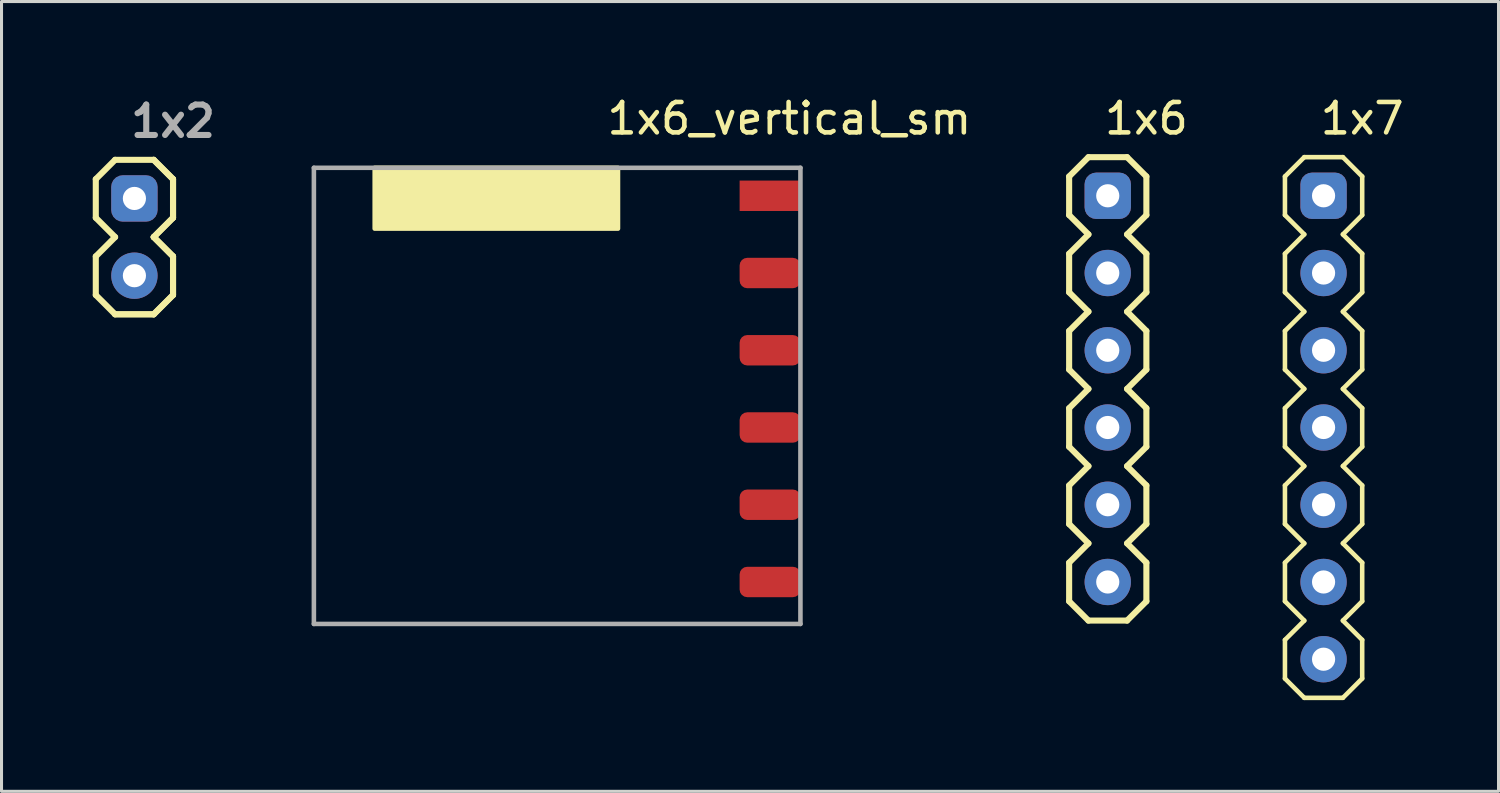
<source format=kicad_pcb>
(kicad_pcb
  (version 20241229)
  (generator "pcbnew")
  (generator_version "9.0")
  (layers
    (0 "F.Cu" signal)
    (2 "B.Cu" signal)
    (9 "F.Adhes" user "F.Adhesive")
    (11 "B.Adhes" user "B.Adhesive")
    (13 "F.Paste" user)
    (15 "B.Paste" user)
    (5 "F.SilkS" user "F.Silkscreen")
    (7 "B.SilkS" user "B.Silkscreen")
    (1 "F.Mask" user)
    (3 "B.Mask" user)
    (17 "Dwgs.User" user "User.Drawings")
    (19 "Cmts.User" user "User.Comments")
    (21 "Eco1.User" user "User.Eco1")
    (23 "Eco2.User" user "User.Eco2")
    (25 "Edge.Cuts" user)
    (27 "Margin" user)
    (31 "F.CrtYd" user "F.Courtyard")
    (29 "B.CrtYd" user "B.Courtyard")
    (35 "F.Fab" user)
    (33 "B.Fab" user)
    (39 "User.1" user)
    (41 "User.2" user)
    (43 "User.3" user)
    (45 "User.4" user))
  (footprint "1x7"
    (layer "F.Cu")
    (at 40.475 11.008)
    (property "Reference" "1x7" (at 1.27 -10.16 0) (layer "F.SilkS") (effects (font (size 1 1) (thickness 0.15))))
    (attr through_hole)
    (fp_line (start -1.27 -8.255) (end -0.635 -8.89) (stroke (width 0.15) (type solid)) (layer "F.SilkS"))
    (fp_line (start -1.27 -6.985) (end -1.27 -8.255) (stroke (width 0.15) (type solid)) (layer "F.SilkS"))
    (fp_line (start -1.27 -5.715) (end -0.635 -6.35) (stroke (width 0.15) (type solid)) (layer "F.SilkS"))
    (fp_line (start -1.27 -4.445) (end -1.27 -5.715) (stroke (width 0.15) (type solid)) (layer "F.SilkS"))
    (fp_line (start -1.27 -3.175) (end -0.635 -3.81) (stroke (width 0.15) (type solid)) (layer "F.SilkS"))
    (fp_line (start -1.27 -1.905) (end -1.27 -3.175) (stroke (width 0.15) (type solid)) (layer "F.SilkS"))
    (fp_line (start -1.27 -0.635) (end -0.635 -1.27) (stroke (width 0.15) (type solid)) (layer "F.SilkS"))
    (fp_line (start -1.27 0.635) (end -1.27 -0.635) (stroke (width 0.15) (type solid)) (layer "F.SilkS"))
    (fp_line (start -1.27 1.905) (end -0.635 1.27) (stroke (width 0.15) (type solid)) (layer "F.SilkS"))
    (fp_line (start -1.27 3.175) (end -1.27 1.905) (stroke (width 0.15) (type solid)) (layer "F.SilkS"))
    (fp_line (start -1.27 4.445) (end -0.635 3.81) (stroke (width 0.15) (type solid)) (layer "F.SilkS"))
    (fp_line (start -1.27 5.715) (end -1.27 4.445) (stroke (width 0.15) (type solid)) (layer "F.SilkS"))
    (fp_line (start -1.27 6.985) (end -0.635 6.35) (stroke (width 0.15) (type solid)) (layer "F.SilkS"))
    (fp_line (start -1.27 8.255) (end -1.27 6.985) (stroke (width 0.15) (type solid)) (layer "F.SilkS"))
    (fp_line (start -0.635 -8.89) (end 0.635 -8.89) (stroke (width 0.15) (type solid)) (layer "F.SilkS"))
    (fp_line (start -0.635 -6.35) (end -1.27 -6.985) (stroke (width 0.15) (type solid)) (layer "F.SilkS"))
    (fp_line (start -0.635 -3.81) (end -1.27 -4.445) (stroke (width 0.15) (type solid)) (layer "F.SilkS"))
    (fp_line (start -0.635 -1.27) (end -1.27 -1.905) (stroke (width 0.15) (type solid)) (layer "F.SilkS"))
    (fp_line (start -0.635 1.27) (end -1.27 0.635) (stroke (width 0.15) (type solid)) (layer "F.SilkS"))
    (fp_line (start -0.635 3.81) (end -1.27 3.175) (stroke (width 0.15) (type solid)) (layer "F.SilkS"))
    (fp_line (start -0.635 6.35) (end -1.27 5.715) (stroke (width 0.15) (type solid)) (layer "F.SilkS"))
    (fp_line (start -0.635 8.89) (end -1.27 8.255) (stroke (width 0.15) (type solid)) (layer "F.SilkS"))
    (fp_line (start 0.635 -8.89) (end 1.27 -8.255) (stroke (width 0.15) (type solid)) (layer "F.SilkS"))
    (fp_line (start 0.635 -6.35) (end 1.27 -5.715) (stroke (width 0.15) (type solid)) (layer "F.SilkS"))
    (fp_line (start 0.635 -3.81) (end 1.27 -3.175) (stroke (width 0.15) (type solid)) (layer "F.SilkS"))
    (fp_line (start 0.635 -1.27) (end 1.27 -0.635) (stroke (width 0.15) (type solid)) (layer "F.SilkS"))
    (fp_line (start 0.635 1.27) (end 1.27 1.905) (stroke (width 0.15) (type solid)) (layer "F.SilkS"))
    (fp_line (start 0.635 3.81) (end 1.27 4.445) (stroke (width 0.15) (type solid)) (layer "F.SilkS"))
    (fp_line (start 0.635 6.35) (end 1.27 6.985) (stroke (width 0.15) (type solid)) (layer "F.SilkS"))
    (fp_line (start 0.635 8.89) (end -0.635 8.89) (stroke (width 0.15) (type solid)) (layer "F.SilkS"))
    (fp_line (start 1.27 -8.255) (end 1.27 -6.985) (stroke (width 0.15) (type solid)) (layer "F.SilkS"))
    (fp_line (start 1.27 -6.985) (end 0.635 -6.35) (stroke (width 0.15) (type solid)) (layer "F.SilkS"))
    (fp_line (start 1.27 -5.715) (end 1.27 -4.445) (stroke (width 0.15) (type solid)) (layer "F.SilkS"))
    (fp_line (start 1.27 -4.445) (end 0.635 -3.81) (stroke (width 0.15) (type solid)) (layer "F.SilkS"))
    (fp_line (start 1.27 -3.175) (end 1.27 -1.905) (stroke (width 0.15) (type solid)) (layer "F.SilkS"))
    (fp_line (start 1.27 -1.905) (end 0.635 -1.27) (stroke (width 0.15) (type solid)) (layer "F.SilkS"))
    (fp_line (start 1.27 -0.635) (end 1.27 0.635) (stroke (width 0.15) (type solid)) (layer "F.SilkS"))
    (fp_line (start 1.27 0.635) (end 0.635 1.27) (stroke (width 0.15) (type solid)) (layer "F.SilkS"))
    (fp_line (start 1.27 1.905) (end 1.27 3.175) (stroke (width 0.15) (type solid)) (layer "F.SilkS"))
    (fp_line (start 1.27 3.175) (end 0.635 3.81) (stroke (width 0.15) (type solid)) (layer "F.SilkS"))
    (fp_line (start 1.27 4.445) (end 1.27 5.715) (stroke (width 0.15) (type solid)) (layer "F.SilkS"))
    (fp_line (start 1.27 5.715) (end 0.635 6.35) (stroke (width 0.15) (type solid)) (layer "F.SilkS"))
    (fp_line (start 1.27 6.985) (end 1.27 8.255) (stroke (width 0.15) (type solid)) (layer "F.SilkS"))
    (fp_line (start 1.27 8.255) (end 0.635 8.89) (stroke (width 0.15) (type solid)) (layer "F.SilkS"))
    (pad "1" thru_hole roundrect (at 0 -7.62) (size 1.524 1.524) (drill 0.762) (layers "*.Cu" "*.Mask") (roundrect_rratio 0.25))
    (pad "2" thru_hole circle (at 0 -5.08) (size 1.524 1.524) (drill 0.762) (layers "*.Cu" "*.Mask"))
    (pad "3" thru_hole circle (at 0 -2.54) (size 1.524 1.524) (drill 0.762) (layers "*.Cu" "*.Mask"))
    (pad "4" thru_hole circle (at 0 0) (size 1.524 1.524) (drill 0.762) (layers "*.Cu" "*.Mask"))
    (pad "5" thru_hole circle (at 0 2.54) (size 1.524 1.524) (drill 0.762) (layers "*.Cu" "*.Mask"))
    (pad "6" thru_hole circle (at 0 5.08) (size 1.524 1.524) (drill 0.762) (layers "*.Cu" "*.Mask"))
    (pad "7" thru_hole circle (at 0 7.62) (size 1.524 1.524) (drill 0.762) (layers "*.Cu" "*.Mask")))
  (footprint "1x6"
    (layer "F.Cu")
    (at 33.378 3.388)
    (property "Reference" "1x6" (at 1.27 -2.54 0) (layer "F.SilkS") (effects (font (size 1 1) (thickness 0.15))))
    (attr through_hole)
    (fp_line (start -1.27 -0.635) (end -1.27 0.635) (stroke (width 0.2) (type solid)) (layer "F.SilkS"))
    (fp_line (start -1.27 0.635) (end -0.635 1.27) (stroke (width 0.2) (type solid)) (layer "F.SilkS"))
    (fp_line (start -1.27 1.905) (end -1.27 3.175) (stroke (width 0.2) (type solid)) (layer "F.SilkS"))
    (fp_line (start -1.27 3.175) (end -0.635 3.81) (stroke (width 0.2) (type solid)) (layer "F.SilkS"))
    (fp_line (start -1.27 4.445) (end -1.27 5.715) (stroke (width 0.2) (type solid)) (layer "F.SilkS"))
    (fp_line (start -1.27 5.715) (end -0.635 6.35) (stroke (width 0.2) (type solid)) (layer "F.SilkS"))
    (fp_line (start -1.27 6.985) (end -1.27 8.255) (stroke (width 0.2) (type solid)) (layer "F.SilkS"))
    (fp_line (start -1.27 8.255) (end -0.635 8.89) (stroke (width 0.2) (type solid)) (layer "F.SilkS"))
    (fp_line (start -1.27 9.525) (end -1.27 10.795) (stroke (width 0.2) (type solid)) (layer "F.SilkS"))
    (fp_line (start -1.27 10.795) (end -0.635 11.43) (stroke (width 0.2) (type solid)) (layer "F.SilkS"))
    (fp_line (start -1.27 12.065) (end -1.27 13.335) (stroke (width 0.2) (type solid)) (layer "F.SilkS"))
    (fp_line (start -1.27 13.335) (end -0.635 13.97) (stroke (width 0.2) (type solid)) (layer "F.SilkS"))
    (fp_line (start -0.635 -1.27) (end -1.27 -0.635) (stroke (width 0.2) (type solid)) (layer "F.SilkS"))
    (fp_line (start -0.635 1.27) (end -1.27 1.905) (stroke (width 0.2) (type solid)) (layer "F.SilkS"))
    (fp_line (start -0.635 3.81) (end -1.27 4.445) (stroke (width 0.2) (type solid)) (layer "F.SilkS"))
    (fp_line (start -0.635 6.35) (end -1.27 6.985) (stroke (width 0.2) (type solid)) (layer "F.SilkS"))
    (fp_line (start -0.635 8.89) (end -1.27 9.525) (stroke (width 0.2) (type solid)) (layer "F.SilkS"))
    (fp_line (start -0.635 11.43) (end -1.27 12.065) (stroke (width 0.2) (type solid)) (layer "F.SilkS"))
    (fp_line (start -0.635 13.97) (end 0.635 13.97) (stroke (width 0.2) (type solid)) (layer "F.SilkS"))
    (fp_line (start 0.635 -1.27) (end -0.635 -1.27) (stroke (width 0.2) (type solid)) (layer "F.SilkS"))
    (fp_line (start 0.635 1.27) (end 1.27 0.635) (stroke (width 0.2) (type solid)) (layer "F.SilkS"))
    (fp_line (start 0.635 3.81) (end 1.27 3.175) (stroke (width 0.2) (type solid)) (layer "F.SilkS"))
    (fp_line (start 0.635 6.35) (end 1.27 5.715) (stroke (width 0.2) (type solid)) (layer "F.SilkS"))
    (fp_line (start 0.635 8.89) (end 1.27 8.255) (stroke (width 0.2) (type solid)) (layer "F.SilkS"))
    (fp_line (start 0.635 11.43) (end 1.27 10.795) (stroke (width 0.2) (type solid)) (layer "F.SilkS"))
    (fp_line (start 0.635 13.97) (end 1.27 13.335) (stroke (width 0.2) (type solid)) (layer "F.SilkS"))
    (fp_line (start 1.27 -0.635) (end 0.635 -1.27) (stroke (width 0.2) (type solid)) (layer "F.SilkS"))
    (fp_line (start 1.27 0.635) (end 1.27 -0.635) (stroke (width 0.2) (type solid)) (layer "F.SilkS"))
    (fp_line (start 1.27 1.905) (end 0.635 1.27) (stroke (width 0.2) (type solid)) (layer "F.SilkS"))
    (fp_line (start 1.27 3.175) (end 1.27 1.905) (stroke (width 0.2) (type solid)) (layer "F.SilkS"))
    (fp_line (start 1.27 4.445) (end 0.635 3.81) (stroke (width 0.2) (type solid)) (layer "F.SilkS"))
    (fp_line (start 1.27 5.715) (end 1.27 4.445) (stroke (width 0.2) (type solid)) (layer "F.SilkS"))
    (fp_line (start 1.27 6.985) (end 0.635 6.35) (stroke (width 0.2) (type solid)) (layer "F.SilkS"))
    (fp_line (start 1.27 8.255) (end 1.27 6.985) (stroke (width 0.2) (type solid)) (layer "F.SilkS"))
    (fp_line (start 1.27 9.525) (end 0.635 8.89) (stroke (width 0.2) (type solid)) (layer "F.SilkS"))
    (fp_line (start 1.27 10.795) (end 1.27 9.525) (stroke (width 0.2) (type solid)) (layer "F.SilkS"))
    (fp_line (start 1.27 12.065) (end 0.635 11.43) (stroke (width 0.2) (type solid)) (layer "F.SilkS"))
    (fp_line (start 1.27 13.335) (end 1.27 12.065) (stroke (width 0.2) (type solid)) (layer "F.SilkS"))
    (pad "1" thru_hole roundrect (at 0 0) (size 1.524 1.524) (drill 0.762) (layers "*.Cu" "*.Mask") (roundrect_rratio 0.25))
    (pad "2" thru_hole circle (at 0 2.54) (size 1.524 1.524) (drill 0.762) (layers "*.Cu" "*.Mask"))
    (pad "3" thru_hole circle (at 0 5.08) (size 1.524 1.524) (drill 0.762) (layers "*.Cu" "*.Mask"))
    (pad "4" thru_hole circle (at 0 7.62) (size 1.524 1.524) (drill 0.762) (layers "*.Cu" "*.Mask"))
    (pad "5" thru_hole circle (at 0 10.16) (size 1.524 1.524) (drill 0.762) (layers "*.Cu" "*.Mask"))
    (pad "6" thru_hole circle (at 0 12.7) (size 1.524 1.524) (drill 0.762) (layers "*.Cu" "*.Mask")))
  (footprint "1x6_vertical_sm"
    (layer "F.Cu")
    (at 22.272 8.468)
    (property "Reference" "1x6_vertical_sm" (at 0.635 -7.62 0) (layer "F.SilkS") (effects (font (size 1 1) (thickness 0.15))))
    (attr through_hole)
    (fp_poly (pts (xy -13 -4) (xy -13 -6) (xy -5 -6) (xy -5 -4)) (stroke (width 0.15) (type solid)) (fill yes) (layer "F.SilkS"))
    (fp_line (start -15 -6) (end -15 9) (stroke (width 0.15) (type solid)) (layer "F.Fab"))
    (fp_line (start -15 9) (end 1 9) (stroke (width 0.15) (type solid)) (layer "F.Fab"))
    (fp_line (start 1 -6) (end -15 -6) (stroke (width 0.15) (type solid)) (layer "F.Fab"))
    (fp_line (start 1 9) (end 1 -6) (stroke (width 0.15) (type solid)) (layer "F.Fab"))
    (pad "1" smd rect (at 0 -5.08) (size 2 1) (layers "F.Cu" "F.Mask" "F.Paste"))
    (pad "2" smd roundrect (at 0 -2.54) (size 2 1) (layers "F.Cu" "F.Mask" "F.Paste") (roundrect_rratio 0.25))
    (pad "3" smd roundrect (at 0 0) (size 2 1) (layers "F.Cu" "F.Mask" "F.Paste") (roundrect_rratio 0.25))
    (pad "4" smd roundrect (at 0 2.54) (size 2 1) (layers "F.Cu" "F.Mask" "F.Paste") (roundrect_rratio 0.25))
    (pad "5" smd roundrect (at 0 5.08) (size 2 1) (layers "F.Cu" "F.Mask" "F.Paste") (roundrect_rratio 0.25))
    (pad "6" smd roundrect (at 0 7.62) (size 2 1) (layers "F.Cu" "F.Mask" "F.Paste") (roundrect_rratio 0.25)))
  (footprint "1x2"
    (layer "F.Cu")
    (at 1.37 6.016)
    (property "Reference" "1x2" (at 1.27 -5.08 0) (layer "F.Fab") (effects (font (size 1 1) (thickness 0.2) (bold yes))))
    (attr through_hole)
    (fp_line (start -1.27 -3.175) (end -1.27 -1.905) (stroke (width 0.2) (type solid)) (layer "F.SilkS"))
    (fp_line (start -1.27 -1.905) (end -0.635 -1.27) (stroke (width 0.2) (type solid)) (layer "F.SilkS"))
    (fp_line (start -1.27 -0.635) (end -1.27 0.635) (stroke (width 0.2) (type solid)) (layer "F.SilkS"))
    (fp_line (start -1.27 0.635) (end -0.635 1.27) (stroke (width 0.2) (type solid)) (layer "F.SilkS"))
    (fp_line (start -0.635 -3.81) (end -1.27 -3.175) (stroke (width 0.2) (type solid)) (layer "F.SilkS"))
    (fp_line (start -0.635 -3.81) (end 0.635 -3.81) (stroke (width 0.2) (type solid)) (layer "F.SilkS"))
    (fp_line (start -0.635 -1.27) (end -1.27 -0.635) (stroke (width 0.2) (type solid)) (layer "F.SilkS"))
    (fp_line (start 0.635 -1.27) (end 1.27 -1.905) (stroke (width 0.2) (type solid)) (layer "F.SilkS"))
    (fp_line (start 0.635 -1.27) (end 1.27 -1.905) (stroke (width 0.2) (type solid)) (layer "F.SilkS"))
    (fp_line (start 0.635 1.27) (end -0.635 1.27) (stroke (width 0.2) (type solid)) (layer "F.SilkS"))
    (fp_line (start 0.635 1.27) (end -0.635 1.27) (stroke (width 0.2) (type solid)) (layer "F.SilkS"))
    (fp_line (start 0.635 1.27) (end 1.27 0.635) (stroke (width 0.2) (type solid)) (layer "F.SilkS"))
    (fp_line (start 0.635 1.27) (end 1.27 0.635) (stroke (width 0.2) (type solid)) (layer "F.SilkS"))
    (fp_line (start 1.27 -3.175) (end 0.635 -3.81) (stroke (width 0.2) (type solid)) (layer "F.SilkS"))
    (fp_line (start 1.27 -3.175) (end 0.635 -3.81) (stroke (width 0.2) (type solid)) (layer "F.SilkS"))
    (fp_line (start 1.27 -1.905) (end 1.27 -3.175) (stroke (width 0.2) (type solid)) (layer "F.SilkS"))
    (fp_line (start 1.27 -1.905) (end 1.27 -3.175) (stroke (width 0.2) (type solid)) (layer "F.SilkS"))
    (fp_line (start 1.27 -0.635) (end 0.635 -1.27) (stroke (width 0.2) (type solid)) (layer "F.SilkS"))
    (fp_line (start 1.27 -0.635) (end 0.635 -1.27) (stroke (width 0.2) (type solid)) (layer "F.SilkS"))
    (fp_line (start 1.27 0.635) (end 1.27 -0.635) (stroke (width 0.2) (type solid)) (layer "F.SilkS"))
    (fp_line (start 1.27 0.635) (end 1.27 -0.635) (stroke (width 0.2) (type solid)) (layer "F.SilkS"))
    (pad "1" thru_hole roundrect (at 0 -2.54) (size 1.524 1.524) (drill 0.762) (layers "*.Cu" "*.Mask") (roundrect_rratio 0.25))
    (pad "2" thru_hole circle (at 0 0) (size 1.524 1.524) (drill 0.762) (layers "*.Cu" "*.Mask")))
  (gr_rect
    (start -3 -3)
    (end 46.228 22.973)
    (stroke (width 0.1) (type default))
    (fill no)
    (layer "Edge.Cuts")))
</source>
